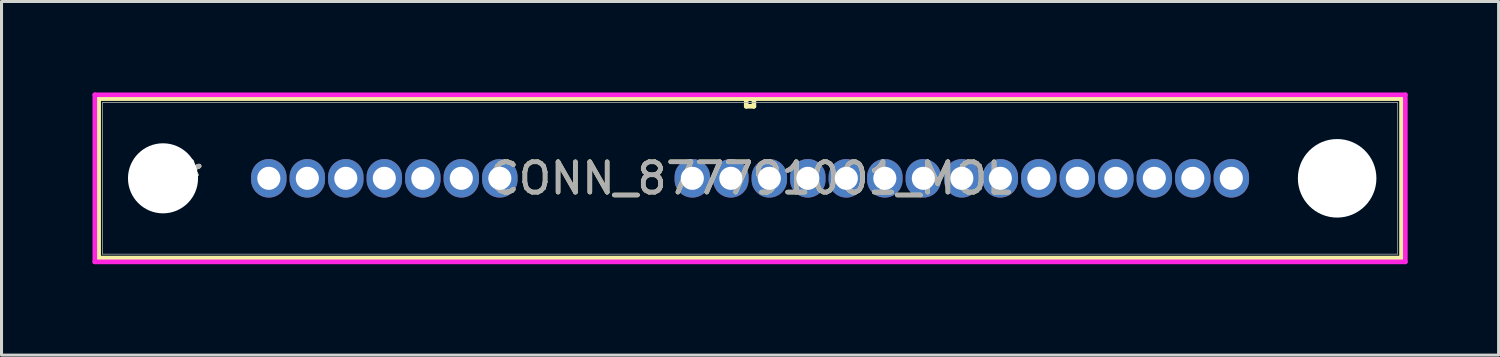
<source format=kicad_pcb>
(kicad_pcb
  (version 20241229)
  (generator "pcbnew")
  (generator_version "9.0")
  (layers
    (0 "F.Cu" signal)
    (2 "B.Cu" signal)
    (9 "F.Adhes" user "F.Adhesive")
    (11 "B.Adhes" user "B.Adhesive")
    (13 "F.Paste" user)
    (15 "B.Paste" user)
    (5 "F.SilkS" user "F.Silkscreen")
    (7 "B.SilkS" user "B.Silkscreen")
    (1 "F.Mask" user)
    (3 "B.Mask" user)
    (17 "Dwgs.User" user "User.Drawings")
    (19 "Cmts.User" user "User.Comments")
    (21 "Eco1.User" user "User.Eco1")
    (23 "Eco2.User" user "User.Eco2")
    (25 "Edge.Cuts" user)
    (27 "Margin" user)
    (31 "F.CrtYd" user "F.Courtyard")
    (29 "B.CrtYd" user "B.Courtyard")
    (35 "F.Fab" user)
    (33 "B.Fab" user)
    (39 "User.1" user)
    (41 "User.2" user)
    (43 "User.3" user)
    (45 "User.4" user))
  (footprint "CONN_877791001_MOL"
    (layer "F.Cu")
    (at 5.817 2.832)
    (property "Reference" "CONN_877791001_MOL" (at 15.875 0 0) (unlocked yes) (layer "F.SilkS") (effects (font (size 1 1) (thickness 0.15))))
    (attr through_hole)
    (fp_line (start -5.613 -2.629) (end -5.613 2.629) (stroke (width 0.152) (type solid)) (layer "F.SilkS"))
    (fp_line (start -5.613 2.629) (end 37.363 2.629) (stroke (width 0.152) (type solid)) (layer "F.SilkS"))
    (fp_line (start 15.748 -2.629) (end 15.748 -2.375) (stroke (width 0.152) (type solid)) (layer "F.SilkS"))
    (fp_line (start 15.748 -2.375) (end 16.002 -2.375) (stroke (width 0.152) (type solid)) (layer "F.SilkS"))
    (fp_line (start 16.002 -2.629) (end 15.748 -2.629) (stroke (width 0.152) (type solid)) (layer "F.SilkS"))
    (fp_line (start 16.002 -2.375) (end 16.002 -2.629) (stroke (width 0.152) (type solid)) (layer "F.SilkS"))
    (fp_line (start 37.363 -2.629) (end -5.613 -2.629) (stroke (width 0.152) (type solid)) (layer "F.SilkS"))
    (fp_line (start 37.363 2.629) (end 37.363 -2.629) (stroke (width 0.152) (type solid)) (layer "F.SilkS"))
    (fp_line (start -5.74 -2.756) (end -5.74 2.756) (stroke (width 0.152) (type solid)) (layer "F.CrtYd"))
    (fp_line (start -5.74 2.756) (end 37.49 2.756) (stroke (width 0.152) (type solid)) (layer "F.CrtYd"))
    (fp_line (start 37.49 -2.756) (end -5.74 -2.756) (stroke (width 0.152) (type solid)) (layer "F.CrtYd"))
    (fp_line (start 37.49 2.756) (end 37.49 -2.756) (stroke (width 0.152) (type solid)) (layer "F.CrtYd"))
    (fp_line (start -5.486 -2.502) (end -5.486 2.502) (stroke (width 0.025) (type solid)) (layer "F.Fab"))
    (fp_line (start -5.486 2.502) (end 37.236 2.502) (stroke (width 0.025) (type solid)) (layer "F.Fab"))
    (fp_line (start 15.875 -2.502) (end 15.875 -2.502) (stroke (width 0.025) (type solid)) (layer "F.Fab"))
    (fp_line (start 15.875 -2.502) (end 15.875 -2.502) (stroke (width 0.025) (type solid)) (layer "F.Fab"))
    (fp_line (start 15.875 -2.502) (end 15.875 -2.502) (stroke (width 0.025) (type solid)) (layer "F.Fab"))
    (fp_line (start 15.875 -2.502) (end 15.875 -2.502) (stroke (width 0.025) (type solid)) (layer "F.Fab"))
    (fp_line (start 37.236 -2.502) (end -5.486 -2.502) (stroke (width 0.025) (type solid)) (layer "F.Fab"))
    (fp_line (start 37.236 2.502) (end 37.236 -2.502) (stroke (width 0.025) (type solid)) (layer "F.Fab"))
    (fp_text user "*" (at -2.54 0 0) (layer "F.SilkS") (effects (font (size 1 1) (thickness 0.15))))
    (fp_text user "*" (at -2.54 0 0) (unlocked yes) (layer "F.SilkS") (effects (font (size 1 1) (thickness 0.15))))
    (fp_text user "${REFERENCE}" (at 15.875 0 0) (unlocked yes) (layer "F.Fab") (effects (font (size 1 1) (thickness 0.15))))
    (fp_text user "*" (at -2.54 0 0) (layer "F.Fab") (effects (font (size 1 1) (thickness 0.15))))
    (fp_text user "*" (at -2.54 0 0) (unlocked yes) (layer "F.Fab") (effects (font (size 1 1) (thickness 0.15))))
    (pad "" np_thru_hole circle (at -3.49 0) (size 2.311 2.311) (drill 2.311) (layers "*.Cu" "*.Mask"))
    (pad "" np_thru_hole circle (at 35.24 0) (size 2.591 2.591) (drill 2.591) (layers "*.Cu" "*.Mask"))
    (pad "P1" thru_hole oval (at 13.97 0) (size 1.168 1.27) (drill 0.762) (layers "*.Cu" "*.Mask"))
    (pad "P2" thru_hole oval (at 15.24 0) (size 1.168 1.27) (drill 0.762) (layers "*.Cu" "*.Mask"))
    (pad "P3" thru_hole oval (at 16.51 0) (size 1.168 1.27) (drill 0.762) (layers "*.Cu" "*.Mask"))
    (pad "P4" thru_hole oval (at 17.78 0) (size 1.168 1.27) (drill 0.762) (layers "*.Cu" "*.Mask"))
    (pad "P5" thru_hole oval (at 19.05 0) (size 1.168 1.27) (drill 0.762) (layers "*.Cu" "*.Mask"))
    (pad "P6" thru_hole oval (at 20.32 0) (size 1.168 1.27) (drill 0.762) (layers "*.Cu" "*.Mask"))
    (pad "P7" thru_hole oval (at 21.59 0) (size 1.168 1.27) (drill 0.762) (layers "*.Cu" "*.Mask"))
    (pad "P8" thru_hole oval (at 22.86 0) (size 1.168 1.27) (drill 0.762) (layers "*.Cu" "*.Mask"))
    (pad "P9" thru_hole oval (at 24.13 0) (size 1.168 1.27) (drill 0.762) (layers "*.Cu" "*.Mask"))
    (pad "P10" thru_hole oval (at 25.4 0) (size 1.168 1.27) (drill 0.762) (layers "*.Cu" "*.Mask"))
    (pad "P11" thru_hole oval (at 26.67 0) (size 1.168 1.27) (drill 0.762) (layers "*.Cu" "*.Mask"))
    (pad "P12" thru_hole oval (at 27.94 0) (size 1.168 1.27) (drill 0.762) (layers "*.Cu" "*.Mask"))
    (pad "P13" thru_hole oval (at 29.21 0) (size 1.168 1.27) (drill 0.762) (layers "*.Cu" "*.Mask"))
    (pad "P14" thru_hole oval (at 30.48 0) (size 1.168 1.27) (drill 0.762) (layers "*.Cu" "*.Mask"))
    (pad "P15" thru_hole oval (at 31.75 0) (size 1.168 1.27) (drill 0.762) (layers "*.Cu" "*.Mask"))
    (pad "S1" thru_hole oval (at 0 0) (size 1.168 1.27) (drill 0.762) (layers "*.Cu" "*.Mask"))
    (pad "S2" thru_hole oval (at 1.27 0) (size 1.168 1.27) (drill 0.762) (layers "*.Cu" "*.Mask"))
    (pad "S3" thru_hole oval (at 2.54 0) (size 1.168 1.27) (drill 0.762) (layers "*.Cu" "*.Mask"))
    (pad "S4" thru_hole oval (at 3.81 0) (size 1.168 1.27) (drill 0.762) (layers "*.Cu" "*.Mask"))
    (pad "S5" thru_hole oval (at 5.08 0) (size 1.168 1.27) (drill 0.762) (layers "*.Cu" "*.Mask"))
    (pad "S6" thru_hole oval (at 6.35 0) (size 1.168 1.27) (drill 0.762) (layers "*.Cu" "*.Mask"))
    (pad "S7" thru_hole oval (at 7.62 0) (size 1.168 1.27) (drill 0.762) (layers "*.Cu" "*.Mask")))
  (gr_rect
    (start -3 -3)
    (end 46.383 8.664)
    (stroke (width 0.1) (type default))
    (fill no)
    (layer "Edge.Cuts")))
</source>
